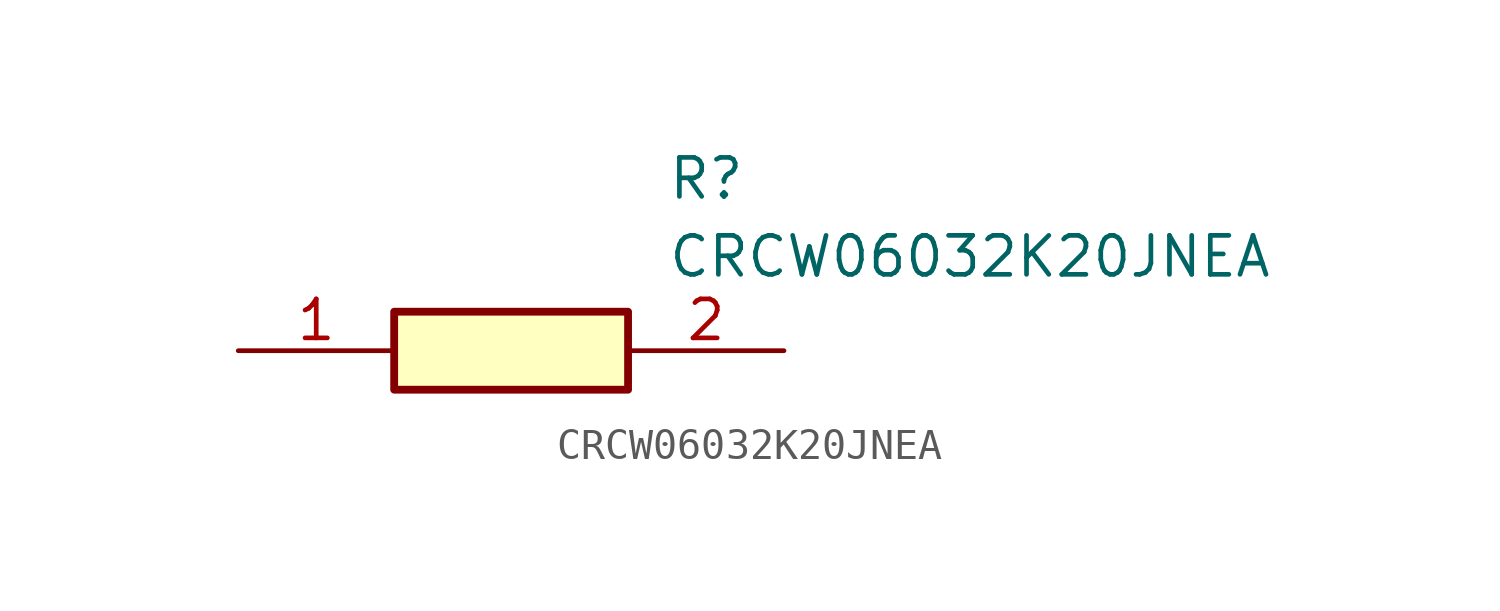
<source format=kicad_sym>
(kicad_symbol_lib
  (version 20211014)
  (generator SamacSys_ECAD_Model)
  (symbol "CRCW06032K20JNEA"
    (pin_names hide)
    (property "Reference" "R"
      (at 13.97 6.35 0)
      (effects (font (size 1.27 1.27)) (justify left top)))
    (property "Value" "CRCW06032K20JNEA"
      (at 13.97 3.81 0)
      (effects (font (size 1.27 1.27)) (justify left top)))
    (rectangle
      (start 5.08 1.27)
      (end 12.7 -1.27)
      (stroke (width 0.254) (type default))
      (fill (type background)))
    (pin passive line
      (at 0 0 0)
      (length 5.08)
      (name "1" (effects (font (size 1.27 1.27))))
      (number "1" (effects (font (size 1.27 1.27)))))
    (pin passive line
      (at 17.78 0 180)
      (length 5.08)
      (name "2" (effects (font (size 1.27 1.27))))
      (number "2" (effects (font (size 1.27 1.27)))))))
</source>
